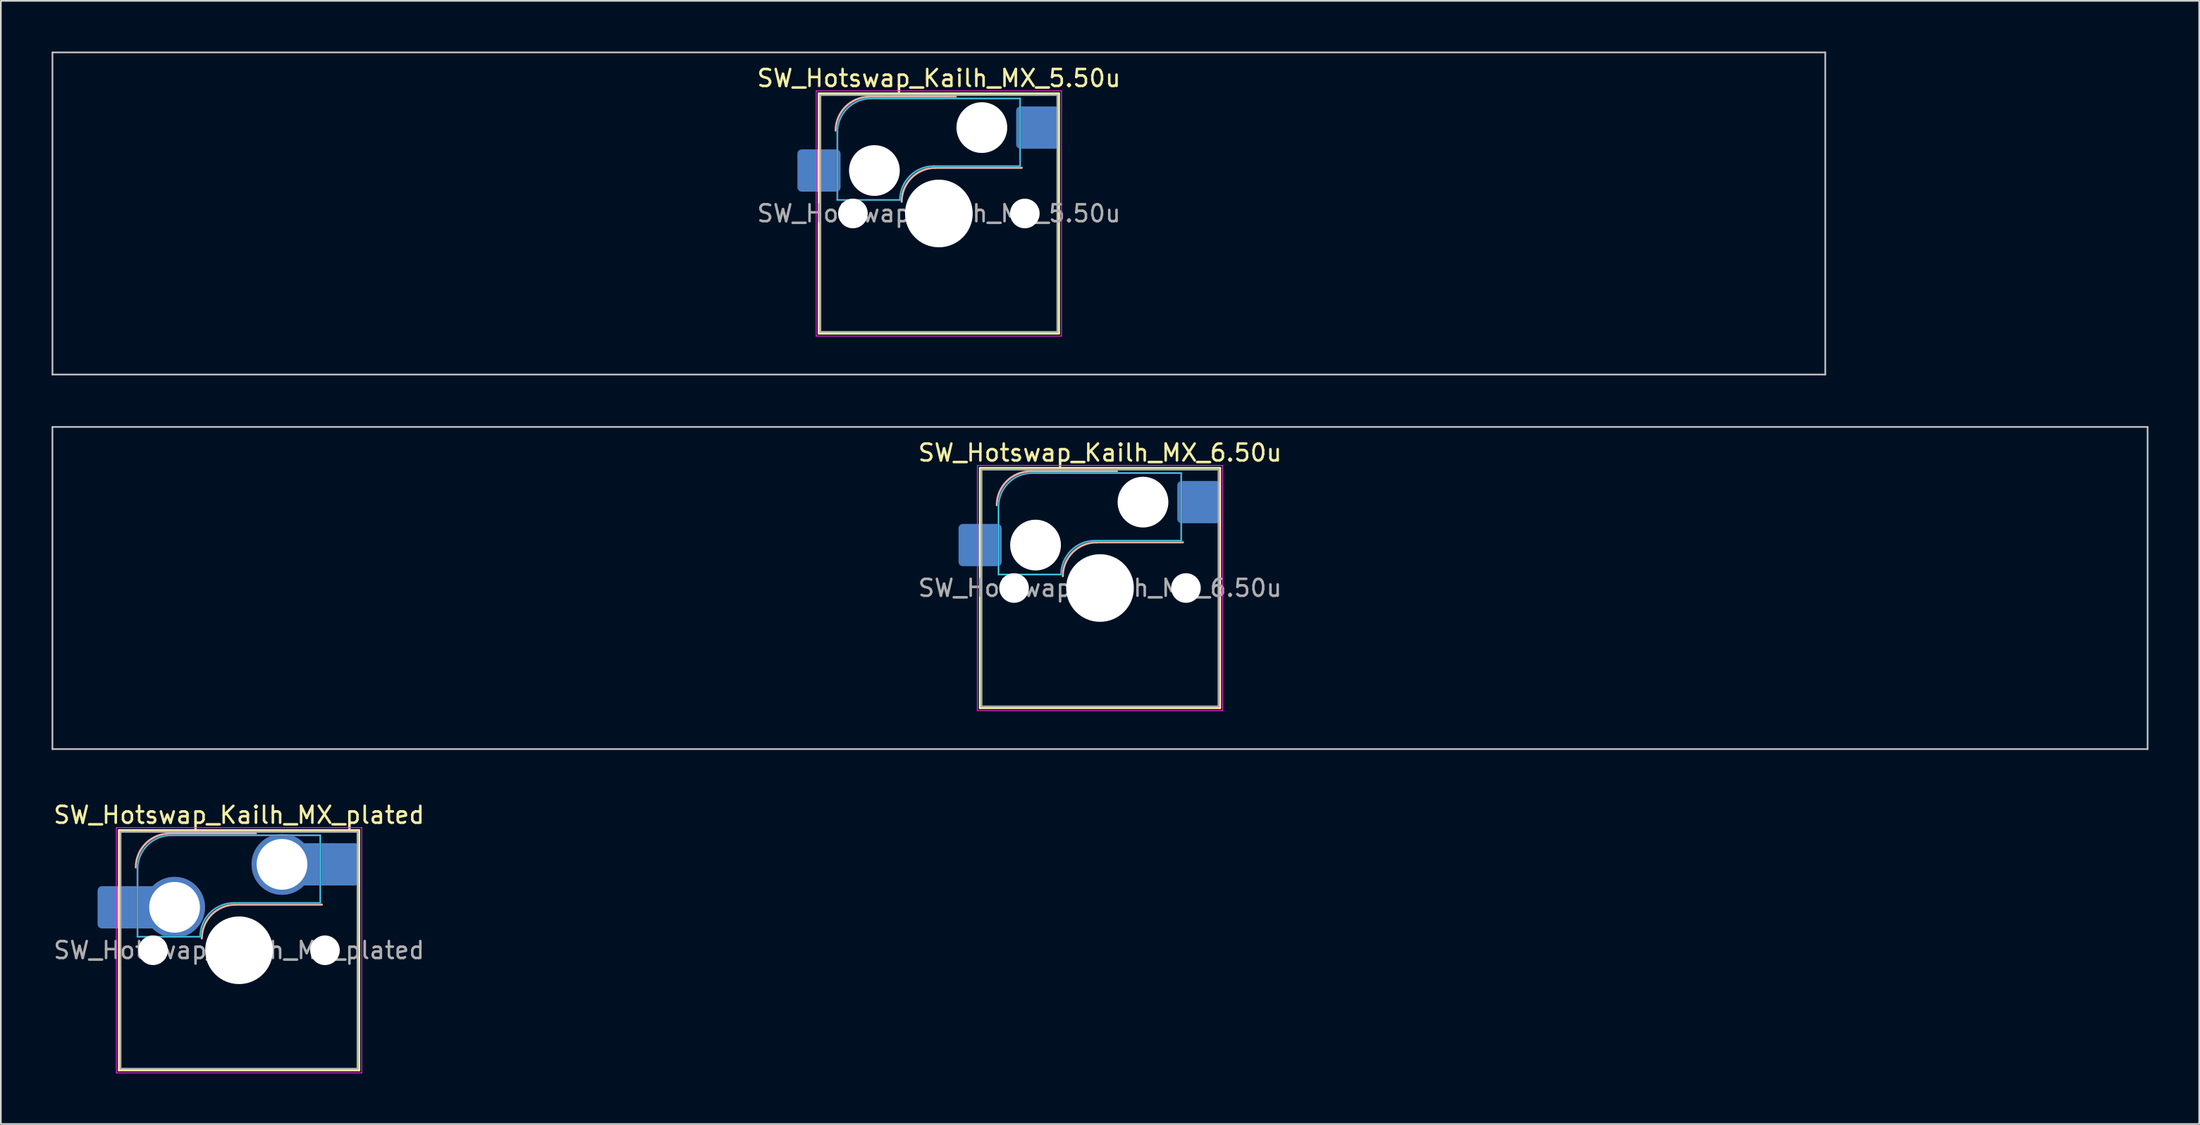
<source format=kicad_pcb>
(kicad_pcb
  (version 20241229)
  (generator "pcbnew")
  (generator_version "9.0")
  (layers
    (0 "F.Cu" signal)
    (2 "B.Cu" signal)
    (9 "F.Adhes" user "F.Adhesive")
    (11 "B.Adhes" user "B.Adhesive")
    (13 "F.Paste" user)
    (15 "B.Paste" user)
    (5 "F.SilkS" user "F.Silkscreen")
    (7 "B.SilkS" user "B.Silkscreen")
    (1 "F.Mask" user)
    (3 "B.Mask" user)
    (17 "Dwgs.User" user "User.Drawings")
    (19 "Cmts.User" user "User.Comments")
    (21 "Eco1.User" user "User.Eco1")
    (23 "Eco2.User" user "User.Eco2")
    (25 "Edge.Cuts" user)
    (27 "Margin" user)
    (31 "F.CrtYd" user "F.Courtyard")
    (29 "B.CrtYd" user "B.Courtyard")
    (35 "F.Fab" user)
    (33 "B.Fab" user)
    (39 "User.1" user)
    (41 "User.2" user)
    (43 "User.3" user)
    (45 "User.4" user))
  (footprint "SW_Hotswap_Kailh_MX_5.50u"
    (layer "F.Cu")
    (at 52.438 9.575)
    (property "Reference" "SW_Hotswap_Kailh_MX_5.50u" (at 0 -8 0) (layer "F.SilkS") (effects (font (size 1 1) (thickness 0.15))))
    (attr smd)
    (fp_line (start -7.1 -7.1) (end -7.1 7.1) (stroke (width 0.12) (type solid)) (layer "F.SilkS"))
    (fp_line (start -7.1 7.1) (end 7.1 7.1) (stroke (width 0.12) (type solid)) (layer "F.SilkS"))
    (fp_line (start 7.1 -7.1) (end -7.1 -7.1) (stroke (width 0.12) (type solid)) (layer "F.SilkS"))
    (fp_line (start 7.1 7.1) (end 7.1 -7.1) (stroke (width 0.12) (type solid)) (layer "F.SilkS"))
    (fp_line (start -4.1 -6.9) (end 1 -6.9) (stroke (width 0.12) (type solid)) (layer "B.SilkS"))
    (fp_line (start -0.2 -2.7) (end 4.9 -2.7) (stroke (width 0.12) (type solid)) (layer "B.SilkS"))
    (fp_arc (start -6.1 -4.9) (mid -5.514214 -6.314214) (end -4.1 -6.9) (stroke (width 0.12) (type solid)) (layer "B.SilkS"))
    (fp_arc (start -2.2 -0.7) (mid -1.614214 -2.114214) (end -0.2 -2.7) (stroke (width 0.12) (type solid)) (layer "B.SilkS"))
    (fp_line (start -52.388 -9.525) (end -52.388 9.525) (stroke (width 0.1) (type solid)) (layer "Dwgs.User"))
    (fp_line (start -52.388 9.525) (end 52.388 9.525) (stroke (width 0.1) (type solid)) (layer "Dwgs.User"))
    (fp_line (start 52.388 -9.525) (end -52.388 -9.525) (stroke (width 0.1) (type solid)) (layer "Dwgs.User"))
    (fp_line (start 52.388 9.525) (end 52.388 -9.525) (stroke (width 0.1) (type solid)) (layer "Dwgs.User"))
    (fp_line (start -7.8 -6) (end -7 -6) (stroke (width 0.1) (type solid)) (layer "Eco1.User"))
    (fp_line (start -7.8 -2.9) (end -7.8 -6) (stroke (width 0.1) (type solid)) (layer "Eco1.User"))
    (fp_line (start -7.8 2.9) (end -7 2.9) (stroke (width 0.1) (type solid)) (layer "Eco1.User"))
    (fp_line (start -7.8 6) (end -7.8 2.9) (stroke (width 0.1) (type solid)) (layer "Eco1.User"))
    (fp_line (start -7 -7) (end 7 -7) (stroke (width 0.1) (type solid)) (layer "Eco1.User"))
    (fp_line (start -7 -6) (end -7 -7) (stroke (width 0.1) (type solid)) (layer "Eco1.User"))
    (fp_line (start -7 -2.9) (end -7.8 -2.9) (stroke (width 0.1) (type solid)) (layer "Eco1.User"))
    (fp_line (start -7 2.9) (end -7 -2.9) (stroke (width 0.1) (type solid)) (layer "Eco1.User"))
    (fp_line (start -7 6) (end -7.8 6) (stroke (width 0.1) (type solid)) (layer "Eco1.User"))
    (fp_line (start -7 7) (end -7 6) (stroke (width 0.1) (type solid)) (layer "Eco1.User"))
    (fp_line (start 7 -7) (end 7 -6) (stroke (width 0.1) (type solid)) (layer "Eco1.User"))
    (fp_line (start 7 -6) (end 7.8 -6) (stroke (width 0.1) (type solid)) (layer "Eco1.User"))
    (fp_line (start 7 -2.9) (end 7 2.9) (stroke (width 0.1) (type solid)) (layer "Eco1.User"))
    (fp_line (start 7 2.9) (end 7.8 2.9) (stroke (width 0.1) (type solid)) (layer "Eco1.User"))
    (fp_line (start 7 6) (end 7 7) (stroke (width 0.1) (type solid)) (layer "Eco1.User"))
    (fp_line (start 7 7) (end -7 7) (stroke (width 0.1) (type solid)) (layer "Eco1.User"))
    (fp_line (start 7.8 -6) (end 7.8 -2.9) (stroke (width 0.1) (type solid)) (layer "Eco1.User"))
    (fp_line (start 7.8 -2.9) (end 7 -2.9) (stroke (width 0.1) (type solid)) (layer "Eco1.User"))
    (fp_line (start 7.8 2.9) (end 7.8 6) (stroke (width 0.1) (type solid)) (layer "Eco1.User"))
    (fp_line (start 7.8 6) (end 7 6) (stroke (width 0.1) (type solid)) (layer "Eco1.User"))
    (fp_line (start -6 -0.8) (end -6 -4.8) (stroke (width 0.05) (type solid)) (layer "B.CrtYd"))
    (fp_line (start -6 -0.8) (end -2.3 -0.8) (stroke (width 0.05) (type solid)) (layer "B.CrtYd"))
    (fp_line (start -4 -6.8) (end 4.8 -6.8) (stroke (width 0.05) (type solid)) (layer "B.CrtYd"))
    (fp_line (start -0.3 -2.8) (end 4.8 -2.8) (stroke (width 0.05) (type solid)) (layer "B.CrtYd"))
    (fp_line (start 4.8 -6.8) (end 4.8 -2.8) (stroke (width 0.05) (type solid)) (layer "B.CrtYd"))
    (fp_arc (start -6 -4.8) (mid -5.414214 -6.214214) (end -4 -6.8) (stroke (width 0.05) (type solid)) (layer "B.CrtYd"))
    (fp_arc (start -2.3 -0.8) (mid -1.714214 -2.214214) (end -0.3 -2.8) (stroke (width 0.05) (type solid)) (layer "B.CrtYd"))
    (fp_line (start -7.25 -7.25) (end -7.25 7.25) (stroke (width 0.05) (type solid)) (layer "F.CrtYd"))
    (fp_line (start -7.25 7.25) (end 7.25 7.25) (stroke (width 0.05) (type solid)) (layer "F.CrtYd"))
    (fp_line (start 7.25 -7.25) (end -7.25 -7.25) (stroke (width 0.05) (type solid)) (layer "F.CrtYd"))
    (fp_line (start 7.25 7.25) (end 7.25 -7.25) (stroke (width 0.05) (type solid)) (layer "F.CrtYd"))
    (fp_line (start -6 -0.8) (end -6 -4.8) (stroke (width 0.12) (type solid)) (layer "B.Fab"))
    (fp_line (start -6 -0.8) (end -2.3 -0.8) (stroke (width 0.12) (type solid)) (layer "B.Fab"))
    (fp_line (start -4 -6.8) (end 4.8 -6.8) (stroke (width 0.12) (type solid)) (layer "B.Fab"))
    (fp_line (start -0.3 -2.8) (end 4.8 -2.8) (stroke (width 0.12) (type solid)) (layer "B.Fab"))
    (fp_line (start 4.8 -6.8) (end 4.8 -2.8) (stroke (width 0.12) (type solid)) (layer "B.Fab"))
    (fp_arc (start -6 -4.8) (mid -5.414214 -6.214214) (end -4 -6.8) (stroke (width 0.12) (type solid)) (layer "B.Fab"))
    (fp_arc (start -2.3 -0.8) (mid -1.714214 -2.214214) (end -0.3 -2.8) (stroke (width 0.12) (type solid)) (layer "B.Fab"))
    (fp_line (start -7 -7) (end -7 7) (stroke (width 0.1) (type solid)) (layer "F.Fab"))
    (fp_line (start -7 7) (end 7 7) (stroke (width 0.1) (type solid)) (layer "F.Fab"))
    (fp_line (start 7 -7) (end -7 -7) (stroke (width 0.1) (type solid)) (layer "F.Fab"))
    (fp_line (start 7 7) (end 7 -7) (stroke (width 0.1) (type solid)) (layer "F.Fab"))
    (fp_text user "${REFERENCE}" (at 0 0 0) (layer "F.Fab") (effects (font (size 1 1) (thickness 0.15))))
    (pad "" np_thru_hole circle (at -5.08 0) (size 1.75 1.75) (drill 1.75) (layers "*.Cu" "*.Mask"))
    (pad "" np_thru_hole circle (at -3.81 -2.54) (size 3 3) (drill 3) (layers "*.Cu" "*.Mask"))
    (pad "" np_thru_hole circle (at 0 0) (size 4 4) (drill 4) (layers "*.Cu" "*.Mask"))
    (pad "" np_thru_hole circle (at 2.54 -5.08) (size 3 3) (drill 3) (layers "*.Cu" "*.Mask"))
    (pad "" np_thru_hole circle (at 5.08 0) (size 1.75 1.75) (drill 1.75) (layers "*.Cu" "*.Mask"))
    (pad "1" smd roundrect (at -7.085 -2.54) (size 2.55 2.5) (layers "B.Cu" "B.Mask" "B.Paste") (roundrect_rratio 0.1))
    (pad "2" smd roundrect (at 5.842 -5.08) (size 2.55 2.5) (layers "B.Cu" "B.Mask" "B.Paste") (roundrect_rratio 0.1)))
  (footprint "SW_Hotswap_Kailh_MX_plated"
    (layer "F.Cu")
    (at 11.077 53.148)
    (property "Reference" "SW_Hotswap_Kailh_MX_plated" (at 0 -8 0) (layer "F.SilkS") (effects (font (size 1 1) (thickness 0.15))))
    (attr smd)
    (fp_line (start -7.1 -7.1) (end -7.1 7.1) (stroke (width 0.12) (type solid)) (layer "F.SilkS"))
    (fp_line (start -7.1 7.1) (end 7.1 7.1) (stroke (width 0.12) (type solid)) (layer "F.SilkS"))
    (fp_line (start 7.1 -7.1) (end -7.1 -7.1) (stroke (width 0.12) (type solid)) (layer "F.SilkS"))
    (fp_line (start 7.1 7.1) (end 7.1 -7.1) (stroke (width 0.12) (type solid)) (layer "F.SilkS"))
    (fp_line (start -4.1 -6.9) (end 1 -6.9) (stroke (width 0.12) (type solid)) (layer "B.SilkS"))
    (fp_line (start -0.2 -2.7) (end 4.9 -2.7) (stroke (width 0.12) (type solid)) (layer "B.SilkS"))
    (fp_arc (start -6.1 -4.9) (mid -5.514214 -6.314214) (end -4.1 -6.9) (stroke (width 0.12) (type solid)) (layer "B.SilkS"))
    (fp_arc (start -2.2 -0.7) (mid -1.614214 -2.114214) (end -0.2 -2.7) (stroke (width 0.12) (type solid)) (layer "B.SilkS"))
    (fp_line (start -7.8 -6) (end -7 -6) (stroke (width 0.1) (type solid)) (layer "Eco1.User"))
    (fp_line (start -7.8 -2.9) (end -7.8 -6) (stroke (width 0.1) (type solid)) (layer "Eco1.User"))
    (fp_line (start -7.8 2.9) (end -7 2.9) (stroke (width 0.1) (type solid)) (layer "Eco1.User"))
    (fp_line (start -7.8 6) (end -7.8 2.9) (stroke (width 0.1) (type solid)) (layer "Eco1.User"))
    (fp_line (start -7 -7) (end 7 -7) (stroke (width 0.1) (type solid)) (layer "Eco1.User"))
    (fp_line (start -7 -6) (end -7 -7) (stroke (width 0.1) (type solid)) (layer "Eco1.User"))
    (fp_line (start -7 -2.9) (end -7.8 -2.9) (stroke (width 0.1) (type solid)) (layer "Eco1.User"))
    (fp_line (start -7 2.9) (end -7 -2.9) (stroke (width 0.1) (type solid)) (layer "Eco1.User"))
    (fp_line (start -7 6) (end -7.8 6) (stroke (width 0.1) (type solid)) (layer "Eco1.User"))
    (fp_line (start -7 7) (end -7 6) (stroke (width 0.1) (type solid)) (layer "Eco1.User"))
    (fp_line (start 7 -7) (end 7 -6) (stroke (width 0.1) (type solid)) (layer "Eco1.User"))
    (fp_line (start 7 -6) (end 7.8 -6) (stroke (width 0.1) (type solid)) (layer "Eco1.User"))
    (fp_line (start 7 -2.9) (end 7 2.9) (stroke (width 0.1) (type solid)) (layer "Eco1.User"))
    (fp_line (start 7 2.9) (end 7.8 2.9) (stroke (width 0.1) (type solid)) (layer "Eco1.User"))
    (fp_line (start 7 6) (end 7 7) (stroke (width 0.1) (type solid)) (layer "Eco1.User"))
    (fp_line (start 7 7) (end -7 7) (stroke (width 0.1) (type solid)) (layer "Eco1.User"))
    (fp_line (start 7.8 -6) (end 7.8 -2.9) (stroke (width 0.1) (type solid)) (layer "Eco1.User"))
    (fp_line (start 7.8 -2.9) (end 7 -2.9) (stroke (width 0.1) (type solid)) (layer "Eco1.User"))
    (fp_line (start 7.8 2.9) (end 7.8 6) (stroke (width 0.1) (type solid)) (layer "Eco1.User"))
    (fp_line (start 7.8 6) (end 7 6) (stroke (width 0.1) (type solid)) (layer "Eco1.User"))
    (fp_line (start -6 -0.8) (end -6 -4.8) (stroke (width 0.05) (type solid)) (layer "B.CrtYd"))
    (fp_line (start -6 -0.8) (end -2.3 -0.8) (stroke (width 0.05) (type solid)) (layer "B.CrtYd"))
    (fp_line (start -4 -6.8) (end 4.8 -6.8) (stroke (width 0.05) (type solid)) (layer "B.CrtYd"))
    (fp_line (start -0.3 -2.8) (end 4.8 -2.8) (stroke (width 0.05) (type solid)) (layer "B.CrtYd"))
    (fp_line (start 4.8 -6.8) (end 4.8 -2.8) (stroke (width 0.05) (type solid)) (layer "B.CrtYd"))
    (fp_arc (start -6 -4.8) (mid -5.414214 -6.214214) (end -4 -6.8) (stroke (width 0.05) (type solid)) (layer "B.CrtYd"))
    (fp_arc (start -2.3 -0.8) (mid -1.714214 -2.214214) (end -0.3 -2.8) (stroke (width 0.05) (type solid)) (layer "B.CrtYd"))
    (fp_line (start -7.25 -7.25) (end -7.25 7.25) (stroke (width 0.05) (type solid)) (layer "F.CrtYd"))
    (fp_line (start -7.25 7.25) (end 7.25 7.25) (stroke (width 0.05) (type solid)) (layer "F.CrtYd"))
    (fp_line (start 7.25 -7.25) (end -7.25 -7.25) (stroke (width 0.05) (type solid)) (layer "F.CrtYd"))
    (fp_line (start 7.25 7.25) (end 7.25 -7.25) (stroke (width 0.05) (type solid)) (layer "F.CrtYd"))
    (fp_line (start -6 -0.8) (end -6 -4.8) (stroke (width 0.12) (type solid)) (layer "B.Fab"))
    (fp_line (start -6 -0.8) (end -2.3 -0.8) (stroke (width 0.12) (type solid)) (layer "B.Fab"))
    (fp_line (start -4 -6.8) (end 4.8 -6.8) (stroke (width 0.12) (type solid)) (layer "B.Fab"))
    (fp_line (start -0.3 -2.8) (end 4.8 -2.8) (stroke (width 0.12) (type solid)) (layer "B.Fab"))
    (fp_line (start 4.8 -6.8) (end 4.8 -2.8) (stroke (width 0.12) (type solid)) (layer "B.Fab"))
    (fp_arc (start -6 -4.8) (mid -5.414214 -6.214214) (end -4 -6.8) (stroke (width 0.12) (type solid)) (layer "B.Fab"))
    (fp_arc (start -2.3 -0.8) (mid -1.714214 -2.214214) (end -0.3 -2.8) (stroke (width 0.12) (type solid)) (layer "B.Fab"))
    (fp_line (start -7 -7) (end -7 7) (stroke (width 0.1) (type solid)) (layer "F.Fab"))
    (fp_line (start -7 7) (end 7 7) (stroke (width 0.1) (type solid)) (layer "F.Fab"))
    (fp_line (start 7 -7) (end -7 -7) (stroke (width 0.1) (type solid)) (layer "F.Fab"))
    (fp_line (start 7 7) (end 7 -7) (stroke (width 0.1) (type solid)) (layer "F.Fab"))
    (fp_text user "${REFERENCE}" (at 0 0 0) (layer "F.Fab") (effects (font (size 1 1) (thickness 0.15))))
    (pad "" smd roundrect (at -7.085 -2.54) (size 2.55 2.5) (layers "B.Mask" "B.Paste") (roundrect_rratio 0.1))
    (pad "" np_thru_hole circle (at -5.08 0) (size 1.75 1.75) (drill 1.75) (layers "*.Cu" "*.Mask"))
    (pad "" np_thru_hole circle (at 0 0) (size 4 4) (drill 4) (layers "*.Cu" "*.Mask"))
    (pad "" np_thru_hole circle (at 5.08 0) (size 1.75 1.75) (drill 1.75) (layers "*.Cu" "*.Mask"))
    (pad "" smd roundrect (at 5.842 -5.08) (size 2.55 2.5) (layers "B.Mask" "B.Paste") (roundrect_rratio 0.1))
    (pad "1" smd roundrect (at -6.585 -2.54) (size 3.55 2.5) (layers "B.Cu") (roundrect_rratio 0.1))
    (pad "1" thru_hole circle (at -3.81 -2.54) (size 3.6 3.6) (drill 3) (layers "*.Cu" "B.Mask"))
    (pad "2" thru_hole circle (at 2.54 -5.08) (size 3.6 3.6) (drill 3) (layers "*.Cu" "B.Mask"))
    (pad "2" smd roundrect (at 5.32 -5.08) (size 3.55 2.5) (layers "B.Cu") (roundrect_rratio 0.1)))
  (footprint "SW_Hotswap_Kailh_MX_6.50u"
    (layer "F.Cu")
    (at 61.962 31.725)
    (property "Reference" "SW_Hotswap_Kailh_MX_6.50u" (at 0 -8 0) (layer "F.SilkS") (effects (font (size 1 1) (thickness 0.15))))
    (attr smd)
    (fp_line (start -7.1 -7.1) (end -7.1 7.1) (stroke (width 0.12) (type solid)) (layer "F.SilkS"))
    (fp_line (start -7.1 7.1) (end 7.1 7.1) (stroke (width 0.12) (type solid)) (layer "F.SilkS"))
    (fp_line (start 7.1 -7.1) (end -7.1 -7.1) (stroke (width 0.12) (type solid)) (layer "F.SilkS"))
    (fp_line (start 7.1 7.1) (end 7.1 -7.1) (stroke (width 0.12) (type solid)) (layer "F.SilkS"))
    (fp_line (start -4.1 -6.9) (end 1 -6.9) (stroke (width 0.12) (type solid)) (layer "B.SilkS"))
    (fp_line (start -0.2 -2.7) (end 4.9 -2.7) (stroke (width 0.12) (type solid)) (layer "B.SilkS"))
    (fp_arc (start -6.1 -4.9) (mid -5.514214 -6.314214) (end -4.1 -6.9) (stroke (width 0.12) (type solid)) (layer "B.SilkS"))
    (fp_arc (start -2.2 -0.7) (mid -1.614214 -2.114214) (end -0.2 -2.7) (stroke (width 0.12) (type solid)) (layer "B.SilkS"))
    (fp_line (start -61.913 -9.525) (end -61.913 9.525) (stroke (width 0.1) (type solid)) (layer "Dwgs.User"))
    (fp_line (start -61.913 9.525) (end 61.913 9.525) (stroke (width 0.1) (type solid)) (layer "Dwgs.User"))
    (fp_line (start 61.913 -9.525) (end -61.913 -9.525) (stroke (width 0.1) (type solid)) (layer "Dwgs.User"))
    (fp_line (start 61.913 9.525) (end 61.913 -9.525) (stroke (width 0.1) (type solid)) (layer "Dwgs.User"))
    (fp_line (start -7.8 -6) (end -7 -6) (stroke (width 0.1) (type solid)) (layer "Eco1.User"))
    (fp_line (start -7.8 -2.9) (end -7.8 -6) (stroke (width 0.1) (type solid)) (layer "Eco1.User"))
    (fp_line (start -7.8 2.9) (end -7 2.9) (stroke (width 0.1) (type solid)) (layer "Eco1.User"))
    (fp_line (start -7.8 6) (end -7.8 2.9) (stroke (width 0.1) (type solid)) (layer "Eco1.User"))
    (fp_line (start -7 -7) (end 7 -7) (stroke (width 0.1) (type solid)) (layer "Eco1.User"))
    (fp_line (start -7 -6) (end -7 -7) (stroke (width 0.1) (type solid)) (layer "Eco1.User"))
    (fp_line (start -7 -2.9) (end -7.8 -2.9) (stroke (width 0.1) (type solid)) (layer "Eco1.User"))
    (fp_line (start -7 2.9) (end -7 -2.9) (stroke (width 0.1) (type solid)) (layer "Eco1.User"))
    (fp_line (start -7 6) (end -7.8 6) (stroke (width 0.1) (type solid)) (layer "Eco1.User"))
    (fp_line (start -7 7) (end -7 6) (stroke (width 0.1) (type solid)) (layer "Eco1.User"))
    (fp_line (start 7 -7) (end 7 -6) (stroke (width 0.1) (type solid)) (layer "Eco1.User"))
    (fp_line (start 7 -6) (end 7.8 -6) (stroke (width 0.1) (type solid)) (layer "Eco1.User"))
    (fp_line (start 7 -2.9) (end 7 2.9) (stroke (width 0.1) (type solid)) (layer "Eco1.User"))
    (fp_line (start 7 2.9) (end 7.8 2.9) (stroke (width 0.1) (type solid)) (layer "Eco1.User"))
    (fp_line (start 7 6) (end 7 7) (stroke (width 0.1) (type solid)) (layer "Eco1.User"))
    (fp_line (start 7 7) (end -7 7) (stroke (width 0.1) (type solid)) (layer "Eco1.User"))
    (fp_line (start 7.8 -6) (end 7.8 -2.9) (stroke (width 0.1) (type solid)) (layer "Eco1.User"))
    (fp_line (start 7.8 -2.9) (end 7 -2.9) (stroke (width 0.1) (type solid)) (layer "Eco1.User"))
    (fp_line (start 7.8 2.9) (end 7.8 6) (stroke (width 0.1) (type solid)) (layer "Eco1.User"))
    (fp_line (start 7.8 6) (end 7 6) (stroke (width 0.1) (type solid)) (layer "Eco1.User"))
    (fp_line (start -6 -0.8) (end -6 -4.8) (stroke (width 0.05) (type solid)) (layer "B.CrtYd"))
    (fp_line (start -6 -0.8) (end -2.3 -0.8) (stroke (width 0.05) (type solid)) (layer "B.CrtYd"))
    (fp_line (start -4 -6.8) (end 4.8 -6.8) (stroke (width 0.05) (type solid)) (layer "B.CrtYd"))
    (fp_line (start -0.3 -2.8) (end 4.8 -2.8) (stroke (width 0.05) (type solid)) (layer "B.CrtYd"))
    (fp_line (start 4.8 -6.8) (end 4.8 -2.8) (stroke (width 0.05) (type solid)) (layer "B.CrtYd"))
    (fp_arc (start -6 -4.8) (mid -5.414214 -6.214214) (end -4 -6.8) (stroke (width 0.05) (type solid)) (layer "B.CrtYd"))
    (fp_arc (start -2.3 -0.8) (mid -1.714214 -2.214214) (end -0.3 -2.8) (stroke (width 0.05) (type solid)) (layer "B.CrtYd"))
    (fp_line (start -7.25 -7.25) (end -7.25 7.25) (stroke (width 0.05) (type solid)) (layer "F.CrtYd"))
    (fp_line (start -7.25 7.25) (end 7.25 7.25) (stroke (width 0.05) (type solid)) (layer "F.CrtYd"))
    (fp_line (start 7.25 -7.25) (end -7.25 -7.25) (stroke (width 0.05) (type solid)) (layer "F.CrtYd"))
    (fp_line (start 7.25 7.25) (end 7.25 -7.25) (stroke (width 0.05) (type solid)) (layer "F.CrtYd"))
    (fp_line (start -6 -0.8) (end -6 -4.8) (stroke (width 0.12) (type solid)) (layer "B.Fab"))
    (fp_line (start -6 -0.8) (end -2.3 -0.8) (stroke (width 0.12) (type solid)) (layer "B.Fab"))
    (fp_line (start -4 -6.8) (end 4.8 -6.8) (stroke (width 0.12) (type solid)) (layer "B.Fab"))
    (fp_line (start -0.3 -2.8) (end 4.8 -2.8) (stroke (width 0.12) (type solid)) (layer "B.Fab"))
    (fp_line (start 4.8 -6.8) (end 4.8 -2.8) (stroke (width 0.12) (type solid)) (layer "B.Fab"))
    (fp_arc (start -6 -4.8) (mid -5.414214 -6.214214) (end -4 -6.8) (stroke (width 0.12) (type solid)) (layer "B.Fab"))
    (fp_arc (start -2.3 -0.8) (mid -1.714214 -2.214214) (end -0.3 -2.8) (stroke (width 0.12) (type solid)) (layer "B.Fab"))
    (fp_line (start -7 -7) (end -7 7) (stroke (width 0.1) (type solid)) (layer "F.Fab"))
    (fp_line (start -7 7) (end 7 7) (stroke (width 0.1) (type solid)) (layer "F.Fab"))
    (fp_line (start 7 -7) (end -7 -7) (stroke (width 0.1) (type solid)) (layer "F.Fab"))
    (fp_line (start 7 7) (end 7 -7) (stroke (width 0.1) (type solid)) (layer "F.Fab"))
    (fp_text user "${REFERENCE}" (at 0 0 0) (layer "F.Fab") (effects (font (size 1 1) (thickness 0.15))))
    (pad "" np_thru_hole circle (at -5.08 0) (size 1.75 1.75) (drill 1.75) (layers "*.Cu" "*.Mask"))
    (pad "" np_thru_hole circle (at -3.81 -2.54) (size 3 3) (drill 3) (layers "*.Cu" "*.Mask"))
    (pad "" np_thru_hole circle (at 0 0) (size 4 4) (drill 4) (layers "*.Cu" "*.Mask"))
    (pad "" np_thru_hole circle (at 2.54 -5.08) (size 3 3) (drill 3) (layers "*.Cu" "*.Mask"))
    (pad "" np_thru_hole circle (at 5.08 0) (size 1.75 1.75) (drill 1.75) (layers "*.Cu" "*.Mask"))
    (pad "1" smd roundrect (at -7.085 -2.54) (size 2.55 2.5) (layers "B.Cu" "B.Mask" "B.Paste") (roundrect_rratio 0.1))
    (pad "2" smd roundrect (at 5.842 -5.08) (size 2.55 2.5) (layers "B.Cu" "B.Mask" "B.Paste") (roundrect_rratio 0.1)))
  (gr_rect
    (start -3 -3)
    (end 126.925 63.423)
    (stroke (width 0.1) (type default))
    (fill no)
    (layer "Edge.Cuts")))
</source>
